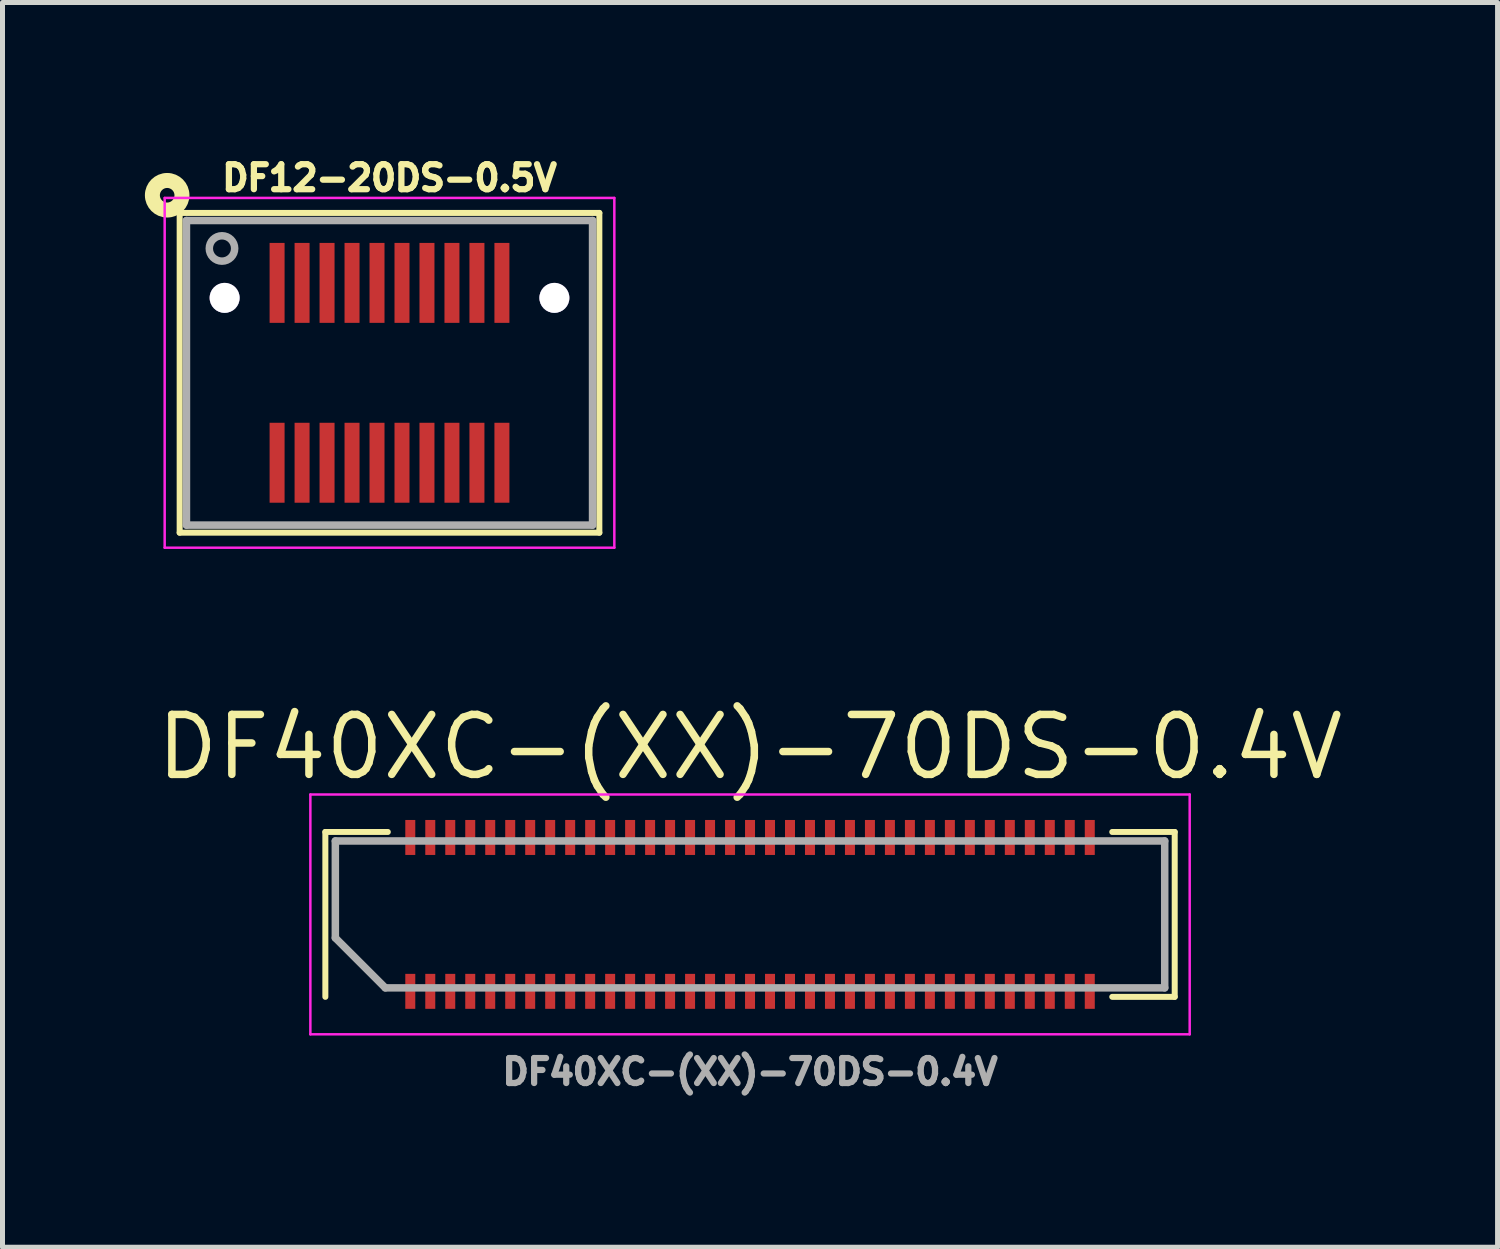
<source format=kicad_pcb>
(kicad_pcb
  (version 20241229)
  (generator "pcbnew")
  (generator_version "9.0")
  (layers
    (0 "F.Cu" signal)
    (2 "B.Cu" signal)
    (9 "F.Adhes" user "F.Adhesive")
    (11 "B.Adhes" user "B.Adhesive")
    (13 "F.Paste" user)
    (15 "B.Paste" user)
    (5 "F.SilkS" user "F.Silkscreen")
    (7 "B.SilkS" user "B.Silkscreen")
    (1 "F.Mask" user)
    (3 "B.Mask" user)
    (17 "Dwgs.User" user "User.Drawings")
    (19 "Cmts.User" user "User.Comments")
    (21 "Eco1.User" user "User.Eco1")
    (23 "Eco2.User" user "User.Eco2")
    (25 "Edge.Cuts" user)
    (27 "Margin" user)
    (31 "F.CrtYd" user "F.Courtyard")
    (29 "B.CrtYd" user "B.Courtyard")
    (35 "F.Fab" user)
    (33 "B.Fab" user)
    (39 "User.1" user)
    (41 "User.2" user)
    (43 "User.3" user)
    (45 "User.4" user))
  (footprint "DF40XC-(XX)-70DS-0.4V"
    (layer "F.Cu")
    (at 11.962 15.252)
    (property "Reference" "DF40XC-(XX)-70DS-0.4V" (at 0 -3.35 180) (layer "F.SilkS") (effects (font (size 1.2 1.2) (thickness 0.15))))
    (attr smd)
    (fp_line (start -8.5 -1.65) (end -8.5 1.65) (stroke (width 0.12) (type solid)) (layer "F.SilkS"))
    (fp_line (start -7.25 -1.65) (end -8.5 -1.65) (stroke (width 0.12) (type solid)) (layer "F.SilkS"))
    (fp_line (start 7.25 -1.65) (end 8.5 -1.65) (stroke (width 0.12) (type solid)) (layer "F.SilkS"))
    (fp_line (start 8.5 -1.65) (end 8.5 1.65) (stroke (width 0.12) (type solid)) (layer "F.SilkS"))
    (fp_line (start 8.5 1.65) (end 7.25 1.65) (stroke (width 0.12) (type solid)) (layer "F.SilkS"))
    (fp_line (start -8.8 -2.4) (end -8.8 2.4) (stroke (width 0.05) (type solid)) (layer "F.CrtYd"))
    (fp_line (start -8.8 2.4) (end 8.8 2.4) (stroke (width 0.05) (type solid)) (layer "F.CrtYd"))
    (fp_line (start 8.8 -2.4) (end -8.8 -2.4) (stroke (width 0.05) (type solid)) (layer "F.CrtYd"))
    (fp_line (start 8.8 2.4) (end 8.8 -2.4) (stroke (width 0.05) (type solid)) (layer "F.CrtYd"))
    (fp_line (start -8.3 -1.47) (end -8.3 0.47) (stroke (width 0.15) (type solid)) (layer "F.Fab"))
    (fp_line (start -8.3 0.47) (end -7.3 1.47) (stroke (width 0.15) (type solid)) (layer "F.Fab"))
    (fp_line (start 8.3 -1.47) (end -8.3 -1.47) (stroke (width 0.15) (type solid)) (layer "F.Fab"))
    (fp_line (start 8.3 1.47) (end -7.3 1.47) (stroke (width 0.15) (type solid)) (layer "F.Fab"))
    (fp_line (start 8.3 1.47) (end 8.3 -1.47) (stroke (width 0.15) (type solid)) (layer "F.Fab"))
    (fp_text user "${REFERENCE}" (at 0 3.15 0) (layer "F.Fab") (effects (font (size 0.5 0.5) (thickness 0.125))))
    (pad "1" smd rect (at -6.8 1.54) (size 0.2 0.7) (layers "F.Cu" "F.Mask" "F.Paste"))
    (pad "2" smd rect (at -6.8 -1.54) (size 0.2 0.7) (layers "F.Cu" "F.Mask" "F.Paste"))
    (pad "3" smd rect (at -6.4 1.54) (size 0.2 0.7) (layers "F.Cu" "F.Mask" "F.Paste"))
    (pad "4" smd rect (at -6.4 -1.54) (size 0.2 0.7) (layers "F.Cu" "F.Mask" "F.Paste"))
    (pad "5" smd rect (at -6 1.54) (size 0.2 0.7) (layers "F.Cu" "F.Mask" "F.Paste"))
    (pad "6" smd rect (at -6 -1.54) (size 0.2 0.7) (layers "F.Cu" "F.Mask" "F.Paste"))
    (pad "7" smd rect (at -5.6 1.54) (size 0.2 0.7) (layers "F.Cu" "F.Mask" "F.Paste"))
    (pad "8" smd rect (at -5.6 -1.54) (size 0.2 0.7) (layers "F.Cu" "F.Mask" "F.Paste"))
    (pad "9" smd rect (at -5.2 1.54) (size 0.2 0.7) (layers "F.Cu" "F.Mask" "F.Paste"))
    (pad "10" smd rect (at -5.2 -1.54) (size 0.2 0.7) (layers "F.Cu" "F.Mask" "F.Paste"))
    (pad "11" smd rect (at -4.8 1.54) (size 0.2 0.7) (layers "F.Cu" "F.Mask" "F.Paste"))
    (pad "12" smd rect (at -4.8 -1.54) (size 0.2 0.7) (layers "F.Cu" "F.Mask" "F.Paste"))
    (pad "13" smd rect (at -4.4 1.54) (size 0.2 0.7) (layers "F.Cu" "F.Mask" "F.Paste"))
    (pad "14" smd rect (at -4.4 -1.54) (size 0.2 0.7) (layers "F.Cu" "F.Mask" "F.Paste"))
    (pad "15" smd rect (at -4 1.54) (size 0.2 0.7) (layers "F.Cu" "F.Mask" "F.Paste"))
    (pad "16" smd rect (at -4 -1.54) (size 0.2 0.7) (layers "F.Cu" "F.Mask" "F.Paste"))
    (pad "17" smd rect (at -3.6 1.54) (size 0.2 0.7) (layers "F.Cu" "F.Mask" "F.Paste"))
    (pad "18" smd rect (at -3.6 -1.54) (size 0.2 0.7) (layers "F.Cu" "F.Mask" "F.Paste"))
    (pad "19" smd rect (at -3.2 1.54) (size 0.2 0.7) (layers "F.Cu" "F.Mask" "F.Paste"))
    (pad "20" smd rect (at -3.2 -1.54) (size 0.2 0.7) (layers "F.Cu" "F.Mask" "F.Paste"))
    (pad "21" smd rect (at -2.8 1.54) (size 0.2 0.7) (layers "F.Cu" "F.Mask" "F.Paste"))
    (pad "22" smd rect (at -2.8 -1.54) (size 0.2 0.7) (layers "F.Cu" "F.Mask" "F.Paste"))
    (pad "23" smd rect (at -2.4 1.54) (size 0.2 0.7) (layers "F.Cu" "F.Mask" "F.Paste"))
    (pad "24" smd rect (at -2.4 -1.54) (size 0.2 0.7) (layers "F.Cu" "F.Mask" "F.Paste"))
    (pad "25" smd rect (at -2 1.54) (size 0.2 0.7) (layers "F.Cu" "F.Mask" "F.Paste"))
    (pad "26" smd rect (at -2 -1.54) (size 0.2 0.7) (layers "F.Cu" "F.Mask" "F.Paste"))
    (pad "27" smd rect (at -1.6 1.54) (size 0.2 0.7) (layers "F.Cu" "F.Mask" "F.Paste"))
    (pad "28" smd rect (at -1.6 -1.54) (size 0.2 0.7) (layers "F.Cu" "F.Mask" "F.Paste"))
    (pad "29" smd rect (at -1.2 1.54) (size 0.2 0.7) (layers "F.Cu" "F.Mask" "F.Paste"))
    (pad "30" smd rect (at -1.2 -1.54) (size 0.2 0.7) (layers "F.Cu" "F.Mask" "F.Paste"))
    (pad "31" smd rect (at -0.8 1.54) (size 0.2 0.7) (layers "F.Cu" "F.Mask" "F.Paste"))
    (pad "32" smd rect (at -0.8 -1.54) (size 0.2 0.7) (layers "F.Cu" "F.Mask" "F.Paste"))
    (pad "33" smd rect (at -0.4 1.54) (size 0.2 0.7) (layers "F.Cu" "F.Mask" "F.Paste"))
    (pad "34" smd rect (at -0.4 -1.54) (size 0.2 0.7) (layers "F.Cu" "F.Mask" "F.Paste"))
    (pad "35" smd rect (at 0 1.54) (size 0.2 0.7) (layers "F.Cu" "F.Mask" "F.Paste"))
    (pad "36" smd rect (at 0 -1.54) (size 0.2 0.7) (layers "F.Cu" "F.Mask" "F.Paste"))
    (pad "37" smd rect (at 0.4 1.54) (size 0.2 0.7) (layers "F.Cu" "F.Mask" "F.Paste"))
    (pad "38" smd rect (at 0.4 -1.54) (size 0.2 0.7) (layers "F.Cu" "F.Mask" "F.Paste"))
    (pad "39" smd rect (at 0.8 1.54) (size 0.2 0.7) (layers "F.Cu" "F.Mask" "F.Paste"))
    (pad "40" smd rect (at 0.8 -1.54) (size 0.2 0.7) (layers "F.Cu" "F.Mask" "F.Paste"))
    (pad "41" smd rect (at 1.2 1.54) (size 0.2 0.7) (layers "F.Cu" "F.Mask" "F.Paste"))
    (pad "42" smd rect (at 1.2 -1.54) (size 0.2 0.7) (layers "F.Cu" "F.Mask" "F.Paste"))
    (pad "43" smd rect (at 1.6 1.54) (size 0.2 0.7) (layers "F.Cu" "F.Mask" "F.Paste"))
    (pad "44" smd rect (at 1.6 -1.54) (size 0.2 0.7) (layers "F.Cu" "F.Mask" "F.Paste"))
    (pad "45" smd rect (at 2 1.54) (size 0.2 0.7) (layers "F.Cu" "F.Mask" "F.Paste"))
    (pad "46" smd rect (at 2 -1.54) (size 0.2 0.7) (layers "F.Cu" "F.Mask" "F.Paste"))
    (pad "47" smd rect (at 2.4 1.54) (size 0.2 0.7) (layers "F.Cu" "F.Mask" "F.Paste"))
    (pad "48" smd rect (at 2.4 -1.54) (size 0.2 0.7) (layers "F.Cu" "F.Mask" "F.Paste"))
    (pad "49" smd rect (at 2.8 1.54) (size 0.2 0.7) (layers "F.Cu" "F.Mask" "F.Paste"))
    (pad "50" smd rect (at 2.8 -1.54) (size 0.2 0.7) (layers "F.Cu" "F.Mask" "F.Paste"))
    (pad "51" smd rect (at 3.2 1.54) (size 0.2 0.7) (layers "F.Cu" "F.Mask" "F.Paste"))
    (pad "52" smd rect (at 3.2 -1.54) (size 0.2 0.7) (layers "F.Cu" "F.Mask" "F.Paste"))
    (pad "53" smd rect (at 3.6 1.54) (size 0.2 0.7) (layers "F.Cu" "F.Mask" "F.Paste"))
    (pad "54" smd rect (at 3.6 -1.54) (size 0.2 0.7) (layers "F.Cu" "F.Mask" "F.Paste"))
    (pad "55" smd rect (at 4 1.54) (size 0.2 0.7) (layers "F.Cu" "F.Mask" "F.Paste"))
    (pad "56" smd rect (at 4 -1.54) (size 0.2 0.7) (layers "F.Cu" "F.Mask" "F.Paste"))
    (pad "57" smd rect (at 4.4 1.54) (size 0.2 0.7) (layers "F.Cu" "F.Mask" "F.Paste"))
    (pad "58" smd rect (at 4.4 -1.54) (size 0.2 0.7) (layers "F.Cu" "F.Mask" "F.Paste"))
    (pad "59" smd rect (at 4.8 1.54) (size 0.2 0.7) (layers "F.Cu" "F.Mask" "F.Paste"))
    (pad "60" smd rect (at 4.8 -1.54) (size 0.2 0.7) (layers "F.Cu" "F.Mask" "F.Paste"))
    (pad "61" smd rect (at 5.2 1.54) (size 0.2 0.7) (layers "F.Cu" "F.Mask" "F.Paste"))
    (pad "62" smd rect (at 5.2 -1.54) (size 0.2 0.7) (layers "F.Cu" "F.Mask" "F.Paste"))
    (pad "63" smd rect (at 5.6 1.54) (size 0.2 0.7) (layers "F.Cu" "F.Mask" "F.Paste"))
    (pad "64" smd rect (at 5.6 -1.54) (size 0.2 0.7) (layers "F.Cu" "F.Mask" "F.Paste"))
    (pad "65" smd rect (at 6 1.54) (size 0.2 0.7) (layers "F.Cu" "F.Mask" "F.Paste"))
    (pad "66" smd rect (at 6 -1.54) (size 0.2 0.7) (layers "F.Cu" "F.Mask" "F.Paste"))
    (pad "67" smd rect (at 6.4 1.54) (size 0.2 0.7) (layers "F.Cu" "F.Mask" "F.Paste"))
    (pad "68" smd rect (at 6.4 -1.54) (size 0.2 0.7) (layers "F.Cu" "F.Mask" "F.Paste"))
    (pad "69" smd rect (at 6.8 1.54) (size 0.2 0.7) (layers "F.Cu" "F.Mask" "F.Paste"))
    (pad "70" smd rect (at 6.8 -1.54) (size 0.2 0.7) (layers "F.Cu" "F.Mask" "F.Paste")))
  (footprint "DF12-20DS-0.5V"
    (layer "F.Cu")
    (at 4.746 4.412)
    (property "Reference" "DF12-20DS-0.5V" (at 0 -3.9 0) (layer "F.SilkS") (effects (font (size 0.5 0.5) (thickness 0.125))))
    (attr smd)
    (fp_line (start -4.2 -3.2) (end 4.2 -3.2) (stroke (width 0.12) (type solid)) (layer "F.SilkS"))
    (fp_line (start -4.2 3.2) (end -4.2 -3.2) (stroke (width 0.12) (type solid)) (layer "F.SilkS"))
    (fp_line (start 4.2 -3.2) (end 4.2 3.2) (stroke (width 0.12) (type solid)) (layer "F.SilkS"))
    (fp_line (start 4.2 3.2) (end -4.2 3.2) (stroke (width 0.12) (type solid)) (layer "F.SilkS"))
    (fp_circle (center -4.45 -3.554) (end -4.45 -3.7) (stroke (width 0.3) (type solid)) (fill no) (layer "F.SilkS"))
    (fp_line (start -4.5 -3.5) (end 4.5 -3.5) (stroke (width 0.05) (type solid)) (layer "F.CrtYd"))
    (fp_line (start -4.5 3.5) (end -4.5 -3.5) (stroke (width 0.05) (type solid)) (layer "F.CrtYd"))
    (fp_line (start 4.5 -3.5) (end 4.5 3.5) (stroke (width 0.05) (type solid)) (layer "F.CrtYd"))
    (fp_line (start 4.5 3.5) (end -4.5 3.5) (stroke (width 0.05) (type solid)) (layer "F.CrtYd"))
    (fp_line (start -4.064 -3.048) (end 4.064 -3.048) (stroke (width 0.15) (type solid)) (layer "F.Fab"))
    (fp_line (start -4.064 3.048) (end -4.064 -3.048) (stroke (width 0.15) (type solid)) (layer "F.Fab"))
    (fp_line (start 4.064 -3.048) (end 4.064 3.048) (stroke (width 0.15) (type solid)) (layer "F.Fab"))
    (fp_line (start 4.064 3.048) (end -4.064 3.048) (stroke (width 0.15) (type solid)) (layer "F.Fab"))
    (fp_circle (center -3.353 -2.489) (end -3.2 -2.286) (stroke (width 0.15) (type solid)) (fill no) (layer "F.Fab"))
    (pad "1" smd rect (at -2.25 -1.8) (size 0.3 1.6) (layers "F.Cu" "F.Mask" "F.Paste"))
    (pad "2" smd rect (at -2.25 1.8) (size 0.3 1.6) (layers "F.Cu" "F.Mask" "F.Paste"))
    (pad "3" smd rect (at -1.75 -1.8) (size 0.3 1.6) (layers "F.Cu" "F.Mask" "F.Paste"))
    (pad "4" smd rect (at -1.75 1.8) (size 0.3 1.6) (layers "F.Cu" "F.Mask" "F.Paste"))
    (pad "5" smd rect (at -1.25 -1.8) (size 0.3 1.6) (layers "F.Cu" "F.Mask" "F.Paste"))
    (pad "6" smd rect (at -1.25 1.8) (size 0.3 1.6) (layers "F.Cu" "F.Mask" "F.Paste"))
    (pad "7" smd rect (at -0.75 -1.8) (size 0.3 1.6) (layers "F.Cu" "F.Mask" "F.Paste"))
    (pad "8" smd rect (at -0.75 1.8) (size 0.3 1.6) (layers "F.Cu" "F.Mask" "F.Paste"))
    (pad "9" smd rect (at -0.25 -1.8) (size 0.3 1.6) (layers "F.Cu" "F.Mask" "F.Paste"))
    (pad "10" smd rect (at -0.25 1.8) (size 0.3 1.6) (layers "F.Cu" "F.Mask" "F.Paste"))
    (pad "11" smd rect (at 0.25 -1.8) (size 0.3 1.6) (layers "F.Cu" "F.Mask" "F.Paste"))
    (pad "12" smd rect (at 0.25 1.8) (size 0.3 1.6) (layers "F.Cu" "F.Mask" "F.Paste"))
    (pad "13" smd rect (at 0.75 -1.8) (size 0.3 1.6) (layers "F.Cu" "F.Mask" "F.Paste"))
    (pad "14" smd rect (at 0.75 1.8) (size 0.3 1.6) (layers "F.Cu" "F.Mask" "F.Paste"))
    (pad "15" smd rect (at 1.25 -1.8) (size 0.3 1.6) (layers "F.Cu" "F.Mask" "F.Paste"))
    (pad "16" smd rect (at 1.25 1.8) (size 0.3 1.6) (layers "F.Cu" "F.Mask" "F.Paste"))
    (pad "17" smd rect (at 1.75 -1.8) (size 0.3 1.6) (layers "F.Cu" "F.Mask" "F.Paste"))
    (pad "18" smd rect (at 1.75 1.8) (size 0.3 1.6) (layers "F.Cu" "F.Mask" "F.Paste"))
    (pad "19" smd rect (at 2.25 -1.8) (size 0.3 1.6) (layers "F.Cu" "F.Mask" "F.Paste"))
    (pad "20" smd rect (at 2.25 1.8) (size 0.3 1.6) (layers "F.Cu" "F.Mask" "F.Paste"))
    (pad "21" thru_hole circle (at -3.3 -1.5 90) (size 0.6 0.6) (drill 0.6) (layers "*.Cu" "*.Mask"))
    (pad "21" thru_hole circle (at 3.3 -1.5 90) (size 0.6 0.6) (drill 0.6) (layers "*.Cu" "*.Mask")))
  (gr_rect
    (start -3 -3)
    (end 26.924 21.914)
    (stroke (width 0.1) (type default))
    (fill no)
    (layer "Edge.Cuts")))
</source>
